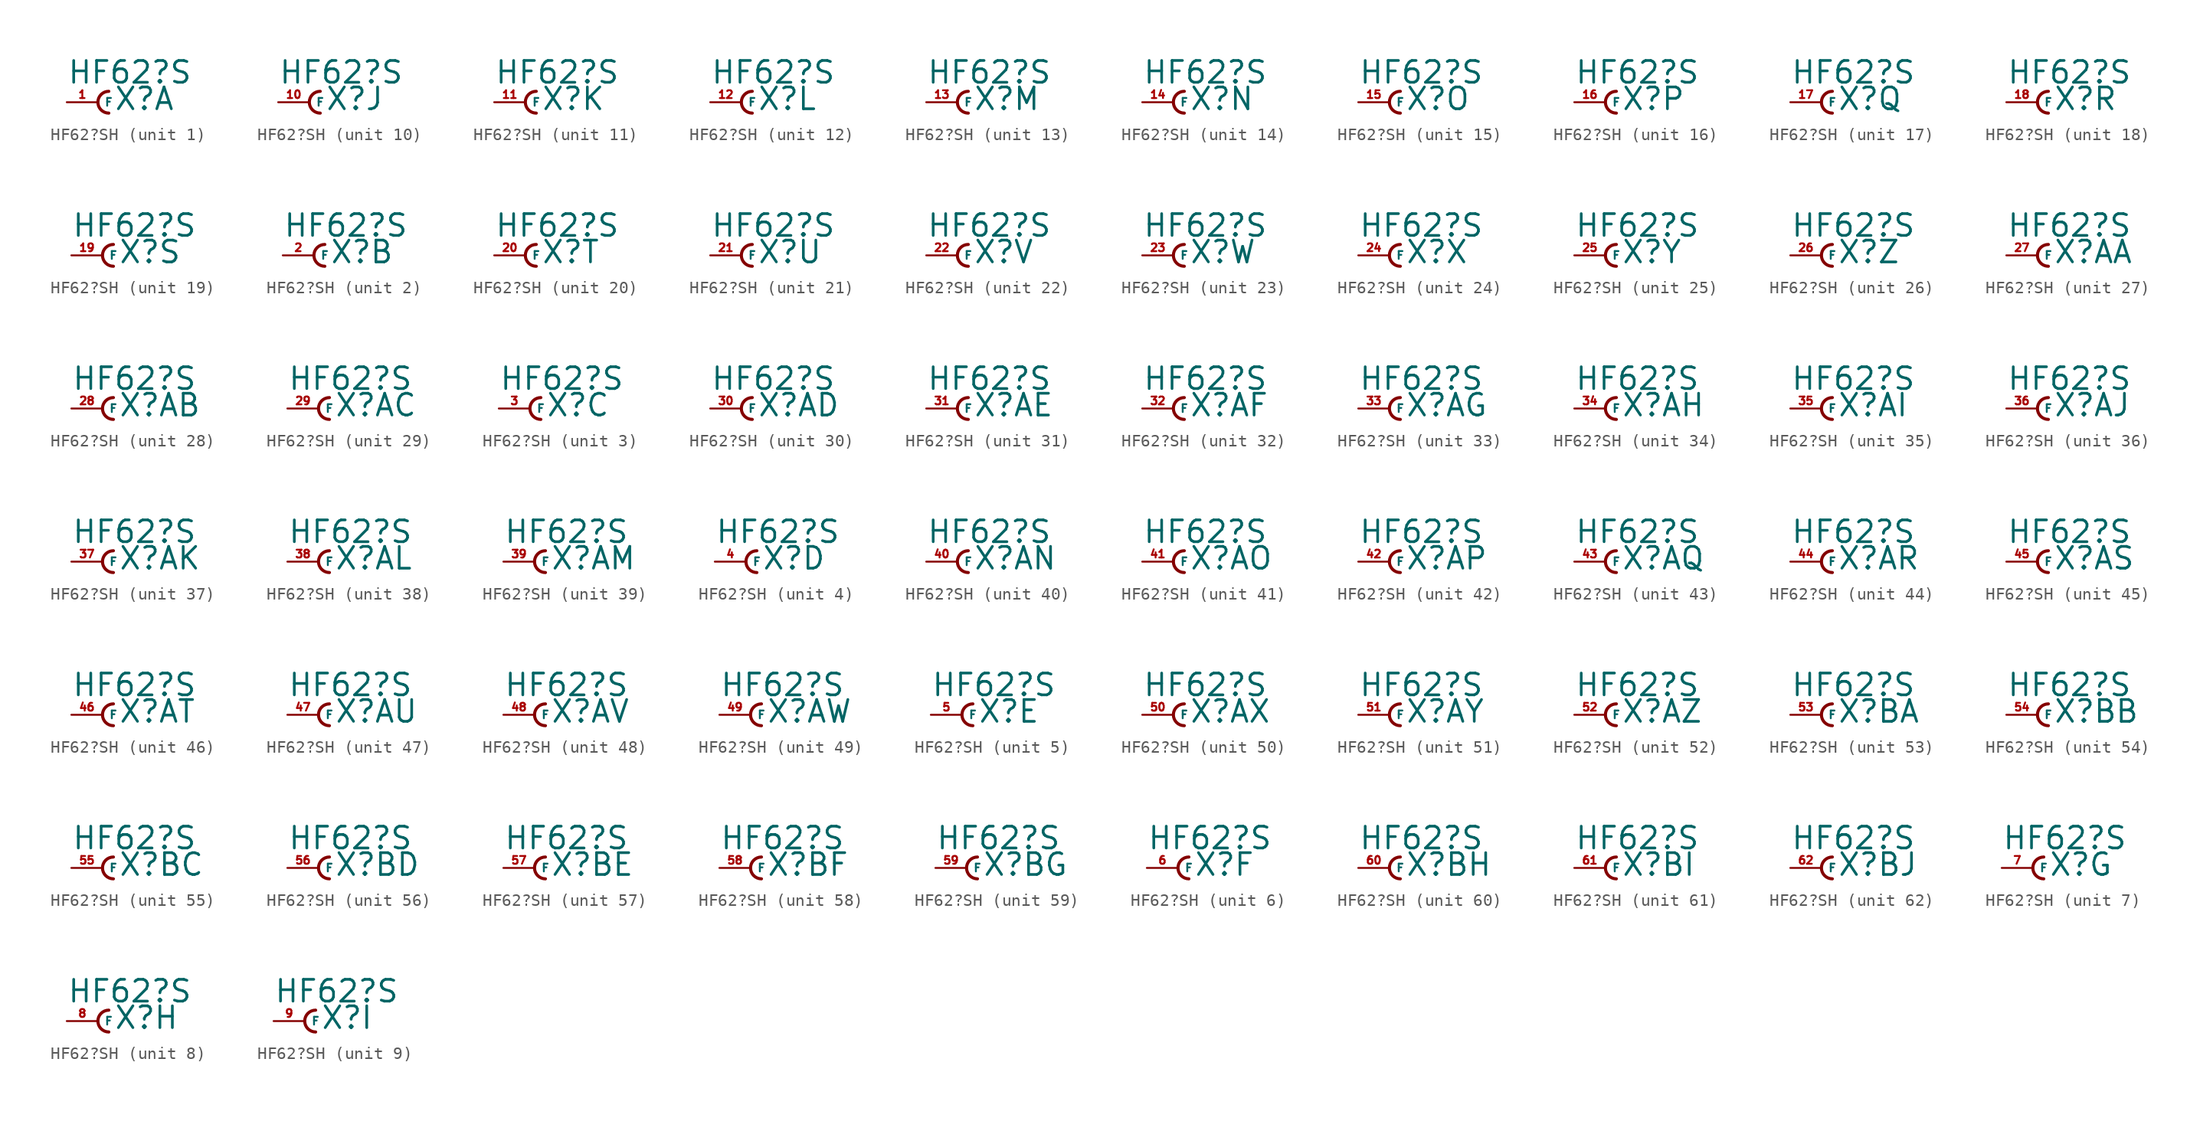
<source format=kicad_sym>
(kicad_symbol_lib
  (version 20220914)
  (generator Eagle2Kicad)
  (symbol "HF62?SH"
    (property "Reference" "X"
      (at 1.27 -0.762 0)
      (effects (font (size 1.778 1.778) (thickness 0.22)) (justify left bottom)))
    (property "Value" "HF62?S"
      (at -2.54 1.397 0)
      (effects (font (size 1.778 1.778) (thickness 0.22)) (justify left bottom)))
    (symbol "HF62?SH_1_0"
      (arc (start 0.889 0.889) (mid 0.000 0.000) (end 0.889 -0.889) (stroke (width 0.254) (type default)) (fill (type none)))
      (pin passive line (at -2.54 0 0) (length 2.54) (name "F" (effects (font (size 0.635 0.635) (thickness 0.08)) (justify left bottom))) (number "1" (effects (font (size 0.635 0.635) (thickness 0.08)) (justify left bottom)))))
    (symbol "HF62?SH_2_0"
      (arc (start 0.889 0.889) (mid 0.000 0.000) (end 0.889 -0.889) (stroke (width 0.254) (type default)) (fill (type none)))
      (pin passive line (at -2.54 0 0) (length 2.54) (name "F" (effects (font (size 0.635 0.635) (thickness 0.08)) (justify left bottom))) (number "2" (effects (font (size 0.635 0.635) (thickness 0.08)) (justify left bottom)))))
    (symbol "HF62?SH_3_0"
      (arc (start 0.889 0.889) (mid 0.000 0.000) (end 0.889 -0.889) (stroke (width 0.254) (type default)) (fill (type none)))
      (pin passive line (at -2.54 0 0) (length 2.54) (name "F" (effects (font (size 0.635 0.635) (thickness 0.08)) (justify left bottom))) (number "3" (effects (font (size 0.635 0.635) (thickness 0.08)) (justify left bottom)))))
    (symbol "HF62?SH_4_0"
      (arc (start 0.889 0.889) (mid 0.000 0.000) (end 0.889 -0.889) (stroke (width 0.254) (type default)) (fill (type none)))
      (pin passive line (at -2.54 0 0) (length 2.54) (name "F" (effects (font (size 0.635 0.635) (thickness 0.08)) (justify left bottom))) (number "4" (effects (font (size 0.635 0.635) (thickness 0.08)) (justify left bottom)))))
    (symbol "HF62?SH_5_0"
      (arc (start 0.889 0.889) (mid 0.000 0.000) (end 0.889 -0.889) (stroke (width 0.254) (type default)) (fill (type none)))
      (pin passive line (at -2.54 0 0) (length 2.54) (name "F" (effects (font (size 0.635 0.635) (thickness 0.08)) (justify left bottom))) (number "5" (effects (font (size 0.635 0.635) (thickness 0.08)) (justify left bottom)))))
    (symbol "HF62?SH_6_0"
      (arc (start 0.889 0.889) (mid 0.000 0.000) (end 0.889 -0.889) (stroke (width 0.254) (type default)) (fill (type none)))
      (pin passive line (at -2.54 0 0) (length 2.54) (name "F" (effects (font (size 0.635 0.635) (thickness 0.08)) (justify left bottom))) (number "6" (effects (font (size 0.635 0.635) (thickness 0.08)) (justify left bottom)))))
    (symbol "HF62?SH_7_0"
      (arc (start 0.889 0.889) (mid 0.000 0.000) (end 0.889 -0.889) (stroke (width 0.254) (type default)) (fill (type none)))
      (pin passive line (at -2.54 0 0) (length 2.54) (name "F" (effects (font (size 0.635 0.635) (thickness 0.08)) (justify left bottom))) (number "7" (effects (font (size 0.635 0.635) (thickness 0.08)) (justify left bottom)))))
    (symbol "HF62?SH_8_0"
      (arc (start 0.889 0.889) (mid 0.000 0.000) (end 0.889 -0.889) (stroke (width 0.254) (type default)) (fill (type none)))
      (pin passive line (at -2.54 0 0) (length 2.54) (name "F" (effects (font (size 0.635 0.635) (thickness 0.08)) (justify left bottom))) (number "8" (effects (font (size 0.635 0.635) (thickness 0.08)) (justify left bottom)))))
    (symbol "HF62?SH_9_0"
      (arc (start 0.889 0.889) (mid 0.000 0.000) (end 0.889 -0.889) (stroke (width 0.254) (type default)) (fill (type none)))
      (pin passive line (at -2.54 0 0) (length 2.54) (name "F" (effects (font (size 0.635 0.635) (thickness 0.08)) (justify left bottom))) (number "9" (effects (font (size 0.635 0.635) (thickness 0.08)) (justify left bottom)))))
    (symbol "HF62?SH_10_0"
      (arc (start 0.889 0.889) (mid 0.000 0.000) (end 0.889 -0.889) (stroke (width 0.254) (type default)) (fill (type none)))
      (pin passive line (at -2.54 0 0) (length 2.54) (name "F" (effects (font (size 0.635 0.635) (thickness 0.08)) (justify left bottom))) (number "10" (effects (font (size 0.635 0.635) (thickness 0.08)) (justify left bottom)))))
    (symbol "HF62?SH_11_0"
      (arc (start 0.889 0.889) (mid 0.000 0.000) (end 0.889 -0.889) (stroke (width 0.254) (type default)) (fill (type none)))
      (pin passive line (at -2.54 0 0) (length 2.54) (name "F" (effects (font (size 0.635 0.635) (thickness 0.08)) (justify left bottom))) (number "11" (effects (font (size 0.635 0.635) (thickness 0.08)) (justify left bottom)))))
    (symbol "HF62?SH_12_0"
      (arc (start 0.889 0.889) (mid 0.000 0.000) (end 0.889 -0.889) (stroke (width 0.254) (type default)) (fill (type none)))
      (pin passive line (at -2.54 0 0) (length 2.54) (name "F" (effects (font (size 0.635 0.635) (thickness 0.08)) (justify left bottom))) (number "12" (effects (font (size 0.635 0.635) (thickness 0.08)) (justify left bottom)))))
    (symbol "HF62?SH_13_0"
      (arc (start 0.889 0.889) (mid 0.000 0.000) (end 0.889 -0.889) (stroke (width 0.254) (type default)) (fill (type none)))
      (pin passive line (at -2.54 0 0) (length 2.54) (name "F" (effects (font (size 0.635 0.635) (thickness 0.08)) (justify left bottom))) (number "13" (effects (font (size 0.635 0.635) (thickness 0.08)) (justify left bottom)))))
    (symbol "HF62?SH_14_0"
      (arc (start 0.889 0.889) (mid 0.000 0.000) (end 0.889 -0.889) (stroke (width 0.254) (type default)) (fill (type none)))
      (pin passive line (at -2.54 0 0) (length 2.54) (name "F" (effects (font (size 0.635 0.635) (thickness 0.08)) (justify left bottom))) (number "14" (effects (font (size 0.635 0.635) (thickness 0.08)) (justify left bottom)))))
    (symbol "HF62?SH_15_0"
      (arc (start 0.889 0.889) (mid 0.000 0.000) (end 0.889 -0.889) (stroke (width 0.254) (type default)) (fill (type none)))
      (pin passive line (at -2.54 0 0) (length 2.54) (name "F" (effects (font (size 0.635 0.635) (thickness 0.08)) (justify left bottom))) (number "15" (effects (font (size 0.635 0.635) (thickness 0.08)) (justify left bottom)))))
    (symbol "HF62?SH_16_0"
      (arc (start 0.889 0.889) (mid 0.000 0.000) (end 0.889 -0.889) (stroke (width 0.254) (type default)) (fill (type none)))
      (pin passive line (at -2.54 0 0) (length 2.54) (name "F" (effects (font (size 0.635 0.635) (thickness 0.08)) (justify left bottom))) (number "16" (effects (font (size 0.635 0.635) (thickness 0.08)) (justify left bottom)))))
    (symbol "HF62?SH_17_0"
      (arc (start 0.889 0.889) (mid 0.000 0.000) (end 0.889 -0.889) (stroke (width 0.254) (type default)) (fill (type none)))
      (pin passive line (at -2.54 0 0) (length 2.54) (name "F" (effects (font (size 0.635 0.635) (thickness 0.08)) (justify left bottom))) (number "17" (effects (font (size 0.635 0.635) (thickness 0.08)) (justify left bottom)))))
    (symbol "HF62?SH_18_0"
      (arc (start 0.889 0.889) (mid 0.000 0.000) (end 0.889 -0.889) (stroke (width 0.254) (type default)) (fill (type none)))
      (pin passive line (at -2.54 0 0) (length 2.54) (name "F" (effects (font (size 0.635 0.635) (thickness 0.08)) (justify left bottom))) (number "18" (effects (font (size 0.635 0.635) (thickness 0.08)) (justify left bottom)))))
    (symbol "HF62?SH_19_0"
      (arc (start 0.889 0.889) (mid 0.000 0.000) (end 0.889 -0.889) (stroke (width 0.254) (type default)) (fill (type none)))
      (pin passive line (at -2.54 0 0) (length 2.54) (name "F" (effects (font (size 0.635 0.635) (thickness 0.08)) (justify left bottom))) (number "19" (effects (font (size 0.635 0.635) (thickness 0.08)) (justify left bottom)))))
    (symbol "HF62?SH_20_0"
      (arc (start 0.889 0.889) (mid 0.000 0.000) (end 0.889 -0.889) (stroke (width 0.254) (type default)) (fill (type none)))
      (pin passive line (at -2.54 0 0) (length 2.54) (name "F" (effects (font (size 0.635 0.635) (thickness 0.08)) (justify left bottom))) (number "20" (effects (font (size 0.635 0.635) (thickness 0.08)) (justify left bottom)))))
    (symbol "HF62?SH_21_0"
      (arc (start 0.889 0.889) (mid 0.000 0.000) (end 0.889 -0.889) (stroke (width 0.254) (type default)) (fill (type none)))
      (pin passive line (at -2.54 0 0) (length 2.54) (name "F" (effects (font (size 0.635 0.635) (thickness 0.08)) (justify left bottom))) (number "21" (effects (font (size 0.635 0.635) (thickness 0.08)) (justify left bottom)))))
    (symbol "HF62?SH_22_0"
      (arc (start 0.889 0.889) (mid 0.000 0.000) (end 0.889 -0.889) (stroke (width 0.254) (type default)) (fill (type none)))
      (pin passive line (at -2.54 0 0) (length 2.54) (name "F" (effects (font (size 0.635 0.635) (thickness 0.08)) (justify left bottom))) (number "22" (effects (font (size 0.635 0.635) (thickness 0.08)) (justify left bottom)))))
    (symbol "HF62?SH_23_0"
      (arc (start 0.889 0.889) (mid 0.000 0.000) (end 0.889 -0.889) (stroke (width 0.254) (type default)) (fill (type none)))
      (pin passive line (at -2.54 0 0) (length 2.54) (name "F" (effects (font (size 0.635 0.635) (thickness 0.08)) (justify left bottom))) (number "23" (effects (font (size 0.635 0.635) (thickness 0.08)) (justify left bottom)))))
    (symbol "HF62?SH_24_0"
      (arc (start 0.889 0.889) (mid 0.000 0.000) (end 0.889 -0.889) (stroke (width 0.254) (type default)) (fill (type none)))
      (pin passive line (at -2.54 0 0) (length 2.54) (name "F" (effects (font (size 0.635 0.635) (thickness 0.08)) (justify left bottom))) (number "24" (effects (font (size 0.635 0.635) (thickness 0.08)) (justify left bottom)))))
    (symbol "HF62?SH_25_0"
      (arc (start 0.889 0.889) (mid 0.000 0.000) (end 0.889 -0.889) (stroke (width 0.254) (type default)) (fill (type none)))
      (pin passive line (at -2.54 0 0) (length 2.54) (name "F" (effects (font (size 0.635 0.635) (thickness 0.08)) (justify left bottom))) (number "25" (effects (font (size 0.635 0.635) (thickness 0.08)) (justify left bottom)))))
    (symbol "HF62?SH_26_0"
      (arc (start 0.889 0.889) (mid 0.000 0.000) (end 0.889 -0.889) (stroke (width 0.254) (type default)) (fill (type none)))
      (pin passive line (at -2.54 0 0) (length 2.54) (name "F" (effects (font (size 0.635 0.635) (thickness 0.08)) (justify left bottom))) (number "26" (effects (font (size 0.635 0.635) (thickness 0.08)) (justify left bottom)))))
    (symbol "HF62?SH_27_0"
      (arc (start 0.889 0.889) (mid 0.000 0.000) (end 0.889 -0.889) (stroke (width 0.254) (type default)) (fill (type none)))
      (pin passive line (at -2.54 0 0) (length 2.54) (name "F" (effects (font (size 0.635 0.635) (thickness 0.08)) (justify left bottom))) (number "27" (effects (font (size 0.635 0.635) (thickness 0.08)) (justify left bottom)))))
    (symbol "HF62?SH_28_0"
      (arc (start 0.889 0.889) (mid 0.000 0.000) (end 0.889 -0.889) (stroke (width 0.254) (type default)) (fill (type none)))
      (pin passive line (at -2.54 0 0) (length 2.54) (name "F" (effects (font (size 0.635 0.635) (thickness 0.08)) (justify left bottom))) (number "28" (effects (font (size 0.635 0.635) (thickness 0.08)) (justify left bottom)))))
    (symbol "HF62?SH_29_0"
      (arc (start 0.889 0.889) (mid 0.000 0.000) (end 0.889 -0.889) (stroke (width 0.254) (type default)) (fill (type none)))
      (pin passive line (at -2.54 0 0) (length 2.54) (name "F" (effects (font (size 0.635 0.635) (thickness 0.08)) (justify left bottom))) (number "29" (effects (font (size 0.635 0.635) (thickness 0.08)) (justify left bottom)))))
    (symbol "HF62?SH_30_0"
      (arc (start 0.889 0.889) (mid 0.000 0.000) (end 0.889 -0.889) (stroke (width 0.254) (type default)) (fill (type none)))
      (pin passive line (at -2.54 0 0) (length 2.54) (name "F" (effects (font (size 0.635 0.635) (thickness 0.08)) (justify left bottom))) (number "30" (effects (font (size 0.635 0.635) (thickness 0.08)) (justify left bottom)))))
    (symbol "HF62?SH_31_0"
      (arc (start 0.889 0.889) (mid 0.000 0.000) (end 0.889 -0.889) (stroke (width 0.254) (type default)) (fill (type none)))
      (pin passive line (at -2.54 0 0) (length 2.54) (name "F" (effects (font (size 0.635 0.635) (thickness 0.08)) (justify left bottom))) (number "31" (effects (font (size 0.635 0.635) (thickness 0.08)) (justify left bottom)))))
    (symbol "HF62?SH_32_0"
      (arc (start 0.889 0.889) (mid 0.000 0.000) (end 0.889 -0.889) (stroke (width 0.254) (type default)) (fill (type none)))
      (pin passive line (at -2.54 0 0) (length 2.54) (name "F" (effects (font (size 0.635 0.635) (thickness 0.08)) (justify left bottom))) (number "32" (effects (font (size 0.635 0.635) (thickness 0.08)) (justify left bottom)))))
    (symbol "HF62?SH_33_0"
      (arc (start 0.889 0.889) (mid 0.000 0.000) (end 0.889 -0.889) (stroke (width 0.254) (type default)) (fill (type none)))
      (pin passive line (at -2.54 0 0) (length 2.54) (name "F" (effects (font (size 0.635 0.635) (thickness 0.08)) (justify left bottom))) (number "33" (effects (font (size 0.635 0.635) (thickness 0.08)) (justify left bottom)))))
    (symbol "HF62?SH_34_0"
      (arc (start 0.889 0.889) (mid 0.000 0.000) (end 0.889 -0.889) (stroke (width 0.254) (type default)) (fill (type none)))
      (pin passive line (at -2.54 0 0) (length 2.54) (name "F" (effects (font (size 0.635 0.635) (thickness 0.08)) (justify left bottom))) (number "34" (effects (font (size 0.635 0.635) (thickness 0.08)) (justify left bottom)))))
    (symbol "HF62?SH_35_0"
      (arc (start 0.889 0.889) (mid 0.000 0.000) (end 0.889 -0.889) (stroke (width 0.254) (type default)) (fill (type none)))
      (pin passive line (at -2.54 0 0) (length 2.54) (name "F" (effects (font (size 0.635 0.635) (thickness 0.08)) (justify left bottom))) (number "35" (effects (font (size 0.635 0.635) (thickness 0.08)) (justify left bottom)))))
    (symbol "HF62?SH_36_0"
      (arc (start 0.889 0.889) (mid 0.000 0.000) (end 0.889 -0.889) (stroke (width 0.254) (type default)) (fill (type none)))
      (pin passive line (at -2.54 0 0) (length 2.54) (name "F" (effects (font (size 0.635 0.635) (thickness 0.08)) (justify left bottom))) (number "36" (effects (font (size 0.635 0.635) (thickness 0.08)) (justify left bottom)))))
    (symbol "HF62?SH_37_0"
      (arc (start 0.889 0.889) (mid 0.000 0.000) (end 0.889 -0.889) (stroke (width 0.254) (type default)) (fill (type none)))
      (pin passive line (at -2.54 0 0) (length 2.54) (name "F" (effects (font (size 0.635 0.635) (thickness 0.08)) (justify left bottom))) (number "37" (effects (font (size 0.635 0.635) (thickness 0.08)) (justify left bottom)))))
    (symbol "HF62?SH_38_0"
      (arc (start 0.889 0.889) (mid 0.000 0.000) (end 0.889 -0.889) (stroke (width 0.254) (type default)) (fill (type none)))
      (pin passive line (at -2.54 0 0) (length 2.54) (name "F" (effects (font (size 0.635 0.635) (thickness 0.08)) (justify left bottom))) (number "38" (effects (font (size 0.635 0.635) (thickness 0.08)) (justify left bottom)))))
    (symbol "HF62?SH_39_0"
      (arc (start 0.889 0.889) (mid 0.000 0.000) (end 0.889 -0.889) (stroke (width 0.254) (type default)) (fill (type none)))
      (pin passive line (at -2.54 0 0) (length 2.54) (name "F" (effects (font (size 0.635 0.635) (thickness 0.08)) (justify left bottom))) (number "39" (effects (font (size 0.635 0.635) (thickness 0.08)) (justify left bottom)))))
    (symbol "HF62?SH_40_0"
      (arc (start 0.889 0.889) (mid 0.000 0.000) (end 0.889 -0.889) (stroke (width 0.254) (type default)) (fill (type none)))
      (pin passive line (at -2.54 0 0) (length 2.54) (name "F" (effects (font (size 0.635 0.635) (thickness 0.08)) (justify left bottom))) (number "40" (effects (font (size 0.635 0.635) (thickness 0.08)) (justify left bottom)))))
    (symbol "HF62?SH_41_0"
      (arc (start 0.889 0.889) (mid 0.000 0.000) (end 0.889 -0.889) (stroke (width 0.254) (type default)) (fill (type none)))
      (pin passive line (at -2.54 0 0) (length 2.54) (name "F" (effects (font (size 0.635 0.635) (thickness 0.08)) (justify left bottom))) (number "41" (effects (font (size 0.635 0.635) (thickness 0.08)) (justify left bottom)))))
    (symbol "HF62?SH_42_0"
      (arc (start 0.889 0.889) (mid 0.000 0.000) (end 0.889 -0.889) (stroke (width 0.254) (type default)) (fill (type none)))
      (pin passive line (at -2.54 0 0) (length 2.54) (name "F" (effects (font (size 0.635 0.635) (thickness 0.08)) (justify left bottom))) (number "42" (effects (font (size 0.635 0.635) (thickness 0.08)) (justify left bottom)))))
    (symbol "HF62?SH_43_0"
      (arc (start 0.889 0.889) (mid 0.000 0.000) (end 0.889 -0.889) (stroke (width 0.254) (type default)) (fill (type none)))
      (pin passive line (at -2.54 0 0) (length 2.54) (name "F" (effects (font (size 0.635 0.635) (thickness 0.08)) (justify left bottom))) (number "43" (effects (font (size 0.635 0.635) (thickness 0.08)) (justify left bottom)))))
    (symbol "HF62?SH_44_0"
      (arc (start 0.889 0.889) (mid 0.000 0.000) (end 0.889 -0.889) (stroke (width 0.254) (type default)) (fill (type none)))
      (pin passive line (at -2.54 0 0) (length 2.54) (name "F" (effects (font (size 0.635 0.635) (thickness 0.08)) (justify left bottom))) (number "44" (effects (font (size 0.635 0.635) (thickness 0.08)) (justify left bottom)))))
    (symbol "HF62?SH_45_0"
      (arc (start 0.889 0.889) (mid 0.000 0.000) (end 0.889 -0.889) (stroke (width 0.254) (type default)) (fill (type none)))
      (pin passive line (at -2.54 0 0) (length 2.54) (name "F" (effects (font (size 0.635 0.635) (thickness 0.08)) (justify left bottom))) (number "45" (effects (font (size 0.635 0.635) (thickness 0.08)) (justify left bottom)))))
    (symbol "HF62?SH_46_0"
      (arc (start 0.889 0.889) (mid 0.000 0.000) (end 0.889 -0.889) (stroke (width 0.254) (type default)) (fill (type none)))
      (pin passive line (at -2.54 0 0) (length 2.54) (name "F" (effects (font (size 0.635 0.635) (thickness 0.08)) (justify left bottom))) (number "46" (effects (font (size 0.635 0.635) (thickness 0.08)) (justify left bottom)))))
    (symbol "HF62?SH_47_0"
      (arc (start 0.889 0.889) (mid 0.000 0.000) (end 0.889 -0.889) (stroke (width 0.254) (type default)) (fill (type none)))
      (pin passive line (at -2.54 0 0) (length 2.54) (name "F" (effects (font (size 0.635 0.635) (thickness 0.08)) (justify left bottom))) (number "47" (effects (font (size 0.635 0.635) (thickness 0.08)) (justify left bottom)))))
    (symbol "HF62?SH_48_0"
      (arc (start 0.889 0.889) (mid 0.000 0.000) (end 0.889 -0.889) (stroke (width 0.254) (type default)) (fill (type none)))
      (pin passive line (at -2.54 0 0) (length 2.54) (name "F" (effects (font (size 0.635 0.635) (thickness 0.08)) (justify left bottom))) (number "48" (effects (font (size 0.635 0.635) (thickness 0.08)) (justify left bottom)))))
    (symbol "HF62?SH_49_0"
      (arc (start 0.889 0.889) (mid 0.000 0.000) (end 0.889 -0.889) (stroke (width 0.254) (type default)) (fill (type none)))
      (pin passive line (at -2.54 0 0) (length 2.54) (name "F" (effects (font (size 0.635 0.635) (thickness 0.08)) (justify left bottom))) (number "49" (effects (font (size 0.635 0.635) (thickness 0.08)) (justify left bottom)))))
    (symbol "HF62?SH_50_0"
      (arc (start 0.889 0.889) (mid 0.000 0.000) (end 0.889 -0.889) (stroke (width 0.254) (type default)) (fill (type none)))
      (pin passive line (at -2.54 0 0) (length 2.54) (name "F" (effects (font (size 0.635 0.635) (thickness 0.08)) (justify left bottom))) (number "50" (effects (font (size 0.635 0.635) (thickness 0.08)) (justify left bottom)))))
    (symbol "HF62?SH_51_0"
      (arc (start 0.889 0.889) (mid 0.000 0.000) (end 0.889 -0.889) (stroke (width 0.254) (type default)) (fill (type none)))
      (pin passive line (at -2.54 0 0) (length 2.54) (name "F" (effects (font (size 0.635 0.635) (thickness 0.08)) (justify left bottom))) (number "51" (effects (font (size 0.635 0.635) (thickness 0.08)) (justify left bottom)))))
    (symbol "HF62?SH_52_0"
      (arc (start 0.889 0.889) (mid 0.000 0.000) (end 0.889 -0.889) (stroke (width 0.254) (type default)) (fill (type none)))
      (pin passive line (at -2.54 0 0) (length 2.54) (name "F" (effects (font (size 0.635 0.635) (thickness 0.08)) (justify left bottom))) (number "52" (effects (font (size 0.635 0.635) (thickness 0.08)) (justify left bottom)))))
    (symbol "HF62?SH_53_0"
      (arc (start 0.889 0.889) (mid 0.000 0.000) (end 0.889 -0.889) (stroke (width 0.254) (type default)) (fill (type none)))
      (pin passive line (at -2.54 0 0) (length 2.54) (name "F" (effects (font (size 0.635 0.635) (thickness 0.08)) (justify left bottom))) (number "53" (effects (font (size 0.635 0.635) (thickness 0.08)) (justify left bottom)))))
    (symbol "HF62?SH_54_0"
      (arc (start 0.889 0.889) (mid 0.000 0.000) (end 0.889 -0.889) (stroke (width 0.254) (type default)) (fill (type none)))
      (pin passive line (at -2.54 0 0) (length 2.54) (name "F" (effects (font (size 0.635 0.635) (thickness 0.08)) (justify left bottom))) (number "54" (effects (font (size 0.635 0.635) (thickness 0.08)) (justify left bottom)))))
    (symbol "HF62?SH_55_0"
      (arc (start 0.889 0.889) (mid 0.000 0.000) (end 0.889 -0.889) (stroke (width 0.254) (type default)) (fill (type none)))
      (pin passive line (at -2.54 0 0) (length 2.54) (name "F" (effects (font (size 0.635 0.635) (thickness 0.08)) (justify left bottom))) (number "55" (effects (font (size 0.635 0.635) (thickness 0.08)) (justify left bottom)))))
    (symbol "HF62?SH_56_0"
      (arc (start 0.889 0.889) (mid 0.000 0.000) (end 0.889 -0.889) (stroke (width 0.254) (type default)) (fill (type none)))
      (pin passive line (at -2.54 0 0) (length 2.54) (name "F" (effects (font (size 0.635 0.635) (thickness 0.08)) (justify left bottom))) (number "56" (effects (font (size 0.635 0.635) (thickness 0.08)) (justify left bottom)))))
    (symbol "HF62?SH_57_0"
      (arc (start 0.889 0.889) (mid 0.000 0.000) (end 0.889 -0.889) (stroke (width 0.254) (type default)) (fill (type none)))
      (pin passive line (at -2.54 0 0) (length 2.54) (name "F" (effects (font (size 0.635 0.635) (thickness 0.08)) (justify left bottom))) (number "57" (effects (font (size 0.635 0.635) (thickness 0.08)) (justify left bottom)))))
    (symbol "HF62?SH_58_0"
      (arc (start 0.889 0.889) (mid 0.000 0.000) (end 0.889 -0.889) (stroke (width 0.254) (type default)) (fill (type none)))
      (pin passive line (at -2.54 0 0) (length 2.54) (name "F" (effects (font (size 0.635 0.635) (thickness 0.08)) (justify left bottom))) (number "58" (effects (font (size 0.635 0.635) (thickness 0.08)) (justify left bottom)))))
    (symbol "HF62?SH_59_0"
      (arc (start 0.889 0.889) (mid 0.000 0.000) (end 0.889 -0.889) (stroke (width 0.254) (type default)) (fill (type none)))
      (pin passive line (at -2.54 0 0) (length 2.54) (name "F" (effects (font (size 0.635 0.635) (thickness 0.08)) (justify left bottom))) (number "59" (effects (font (size 0.635 0.635) (thickness 0.08)) (justify left bottom)))))
    (symbol "HF62?SH_60_0"
      (arc (start 0.889 0.889) (mid 0.000 0.000) (end 0.889 -0.889) (stroke (width 0.254) (type default)) (fill (type none)))
      (pin passive line (at -2.54 0 0) (length 2.54) (name "F" (effects (font (size 0.635 0.635) (thickness 0.08)) (justify left bottom))) (number "60" (effects (font (size 0.635 0.635) (thickness 0.08)) (justify left bottom)))))
    (symbol "HF62?SH_61_0"
      (arc (start 0.889 0.889) (mid 0.000 0.000) (end 0.889 -0.889) (stroke (width 0.254) (type default)) (fill (type none)))
      (pin passive line (at -2.54 0 0) (length 2.54) (name "F" (effects (font (size 0.635 0.635) (thickness 0.08)) (justify left bottom))) (number "61" (effects (font (size 0.635 0.635) (thickness 0.08)) (justify left bottom)))))
    (symbol "HF62?SH_62_0"
      (arc (start 0.889 0.889) (mid 0.000 0.000) (end 0.889 -0.889) (stroke (width 0.254) (type default)) (fill (type none)))
      (pin passive line (at -2.54 0 0) (length 2.54) (name "F" (effects (font (size 0.635 0.635) (thickness 0.08)) (justify left bottom))) (number "62" (effects (font (size 0.635 0.635) (thickness 0.08)) (justify left bottom)))))))
</source>
